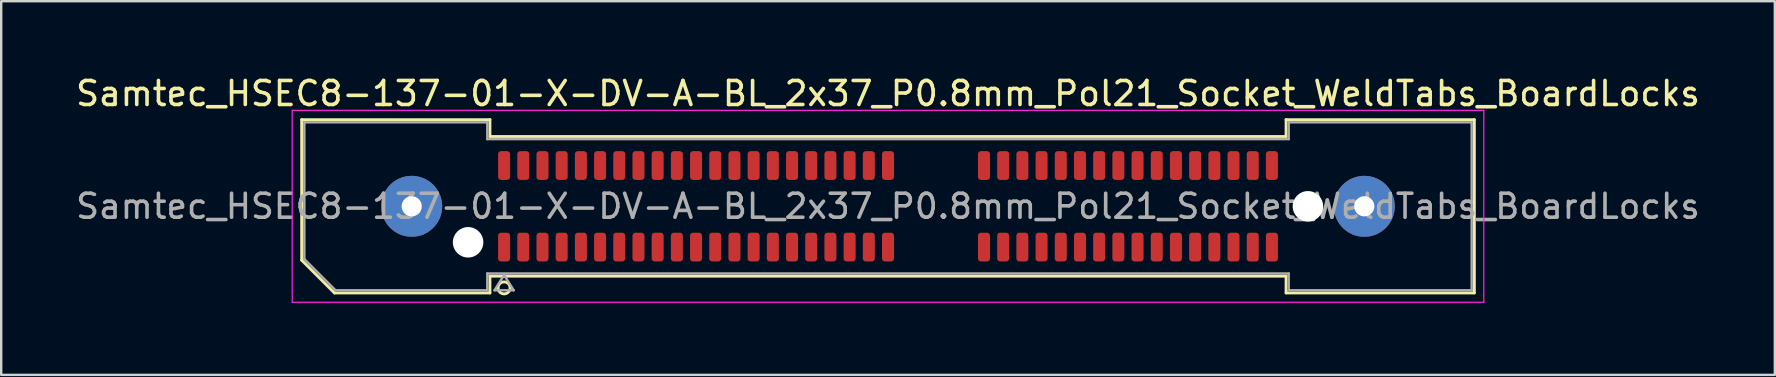
<source format=kicad_pcb>
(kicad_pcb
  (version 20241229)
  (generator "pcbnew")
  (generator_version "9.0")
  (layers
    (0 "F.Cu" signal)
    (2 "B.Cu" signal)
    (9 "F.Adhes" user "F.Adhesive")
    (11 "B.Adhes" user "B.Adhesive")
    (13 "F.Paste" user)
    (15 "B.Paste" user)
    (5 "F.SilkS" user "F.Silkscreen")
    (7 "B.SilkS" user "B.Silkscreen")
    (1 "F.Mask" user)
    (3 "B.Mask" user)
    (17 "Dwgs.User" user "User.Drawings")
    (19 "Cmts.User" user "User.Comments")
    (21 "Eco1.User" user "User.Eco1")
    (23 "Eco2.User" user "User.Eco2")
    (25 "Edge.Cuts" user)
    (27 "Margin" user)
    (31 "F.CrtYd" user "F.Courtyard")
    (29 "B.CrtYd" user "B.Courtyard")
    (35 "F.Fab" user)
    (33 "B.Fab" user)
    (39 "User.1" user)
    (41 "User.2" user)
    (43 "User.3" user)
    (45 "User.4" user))
  (footprint "Samtec_HSEC8-137-01-X-DV-A-BL_2x37_P0.8mm_Pol21_Socket_WeldTabs_BoardLocks"
    (layer "F.Cu")
    (at 33.958 5.548)
    (property "Reference" "Samtec_HSEC8-137-01-X-DV-A-BL_2x37_P0.8mm_Pol21_Socket_WeldTabs_BoardLocks" (at 0 -4.7 0) (layer "F.SilkS") (effects (font (size 1 1) (thickness 0.15))))
    (attr smd)
    (fp_line (start -24.435 -3.61) (end -16.59 -3.61) (stroke (width 0.12) (type solid)) (layer "F.SilkS"))
    (fp_line (start -24.435 2.246) (end -24.435 -3.61) (stroke (width 0.12) (type solid)) (layer "F.SilkS"))
    (fp_line (start -23.071 3.61) (end -24.435 2.246) (stroke (width 0.12) (type solid)) (layer "F.SilkS"))
    (fp_line (start -16.59 -3.61) (end -16.59 -2.91) (stroke (width 0.12) (type solid)) (layer "F.SilkS"))
    (fp_line (start -16.59 -2.91) (end 16.59 -2.91) (stroke (width 0.12) (type solid)) (layer "F.SilkS"))
    (fp_line (start -16.59 2.91) (end -16.59 3.61) (stroke (width 0.12) (type solid)) (layer "F.SilkS"))
    (fp_line (start -16.59 3.61) (end -23.071 3.61) (stroke (width 0.12) (type solid)) (layer "F.SilkS"))
    (fp_line (start 16.59 -3.61) (end 24.435 -3.61) (stroke (width 0.12) (type solid)) (layer "F.SilkS"))
    (fp_line (start 16.59 -2.91) (end 16.59 -3.61) (stroke (width 0.12) (type solid)) (layer "F.SilkS"))
    (fp_line (start 16.59 2.91) (end -16.59 2.91) (stroke (width 0.12) (type solid)) (layer "F.SilkS"))
    (fp_line (start 16.59 3.61) (end 16.59 2.91) (stroke (width 0.12) (type solid)) (layer "F.SilkS"))
    (fp_line (start 24.435 -3.61) (end 24.435 3.61) (stroke (width 0.12) (type solid)) (layer "F.SilkS"))
    (fp_line (start 24.435 3.61) (end 16.59 3.61) (stroke (width 0.12) (type solid)) (layer "F.SilkS"))
    (fp_circle (center -16 3.4) (end -15.75 3.4) (stroke (width 0.12) (type solid)) (fill no) (layer "F.SilkS"))
    (fp_line (start -24.83 -4) (end -24.83 4) (stroke (width 0.05) (type solid)) (layer "F.CrtYd"))
    (fp_line (start -24.83 4) (end 24.83 4) (stroke (width 0.05) (type solid)) (layer "F.CrtYd"))
    (fp_line (start 24.83 -4) (end -24.83 -4) (stroke (width 0.05) (type solid)) (layer "F.CrtYd"))
    (fp_line (start 24.83 4) (end 24.83 -4) (stroke (width 0.05) (type solid)) (layer "F.CrtYd"))
    (fp_line (start -24.325 -3.5) (end -16.7 -3.5) (stroke (width 0.1) (type solid)) (layer "F.Fab"))
    (fp_line (start -24.325 2.2) (end -24.325 -3.5) (stroke (width 0.1) (type solid)) (layer "F.Fab"))
    (fp_line (start -23.025 3.5) (end -24.325 2.2) (stroke (width 0.1) (type solid)) (layer "F.Fab"))
    (fp_line (start -16.7 -3.5) (end -16.7 -2.8) (stroke (width 0.1) (type solid)) (layer "F.Fab"))
    (fp_line (start -16.7 -2.8) (end 16.7 -2.8) (stroke (width 0.1) (type solid)) (layer "F.Fab"))
    (fp_line (start -16.7 2.8) (end -16.7 3.5) (stroke (width 0.1) (type solid)) (layer "F.Fab"))
    (fp_line (start -16.7 3.5) (end -23.025 3.5) (stroke (width 0.1) (type solid)) (layer "F.Fab"))
    (fp_line (start -16.4 3.5) (end -16 2.86) (stroke (width 0.1) (type solid)) (layer "F.Fab"))
    (fp_line (start -16 2.86) (end -15.6 3.5) (stroke (width 0.1) (type solid)) (layer "F.Fab"))
    (fp_line (start -15.6 3.5) (end -16.4 3.5) (stroke (width 0.1) (type solid)) (layer "F.Fab"))
    (fp_line (start 16.7 -3.5) (end 24.325 -3.5) (stroke (width 0.1) (type solid)) (layer "F.Fab"))
    (fp_line (start 16.7 -2.8) (end 16.7 -3.5) (stroke (width 0.1) (type solid)) (layer "F.Fab"))
    (fp_line (start 16.7 2.8) (end -16.7 2.8) (stroke (width 0.1) (type solid)) (layer "F.Fab"))
    (fp_line (start 16.7 3.5) (end 16.7 2.8) (stroke (width 0.1) (type solid)) (layer "F.Fab"))
    (fp_line (start 24.325 -3.5) (end 24.325 3.5) (stroke (width 0.1) (type solid)) (layer "F.Fab"))
    (fp_line (start 24.325 3.5) (end 16.7 3.5) (stroke (width 0.1) (type solid)) (layer "F.Fab"))
    (fp_text user "${REFERENCE}" (at 0 0 0) (layer "F.Fab") (effects (font (size 1 1) (thickness 0.15))))
    (pad "" thru_hole circle (at -19.85 0) (size 2.54 2.54) (drill 0.84) (layers "*.Cu" "*.Mask" "F.Paste"))
    (pad "" np_thru_hole circle (at -17.5 1.5) (size 1.27 1.27) (drill 1.27) (layers "*.Cu" "*.Mask"))
    (pad "" np_thru_hole circle (at 17.5 0) (size 1.27 1.27) (drill 1.27) (layers "*.Cu" "*.Mask"))
    (pad "" thru_hole circle (at 19.85 0) (size 2.54 2.54) (drill 0.84) (layers "*.Cu" "*.Mask" "F.Paste"))
    (pad "1" smd roundrect (at -16 1.7) (size 0.5 1.2) (layers "F.Cu" "F.Mask" "F.Paste") (roundrect_rratio 0.25))
    (pad "2" smd roundrect (at -16 -1.7) (size 0.5 1.2) (layers "F.Cu" "F.Mask" "F.Paste") (roundrect_rratio 0.25))
    (pad "3" smd roundrect (at -15.2 1.7) (size 0.5 1.2) (layers "F.Cu" "F.Mask" "F.Paste") (roundrect_rratio 0.25))
    (pad "4" smd roundrect (at -15.2 -1.7) (size 0.5 1.2) (layers "F.Cu" "F.Mask" "F.Paste") (roundrect_rratio 0.25))
    (pad "5" smd roundrect (at -14.4 1.7) (size 0.5 1.2) (layers "F.Cu" "F.Mask" "F.Paste") (roundrect_rratio 0.25))
    (pad "6" smd roundrect (at -14.4 -1.7) (size 0.5 1.2) (layers "F.Cu" "F.Mask" "F.Paste") (roundrect_rratio 0.25))
    (pad "7" smd roundrect (at -13.6 1.7) (size 0.5 1.2) (layers "F.Cu" "F.Mask" "F.Paste") (roundrect_rratio 0.25))
    (pad "8" smd roundrect (at -13.6 -1.7) (size 0.5 1.2) (layers "F.Cu" "F.Mask" "F.Paste") (roundrect_rratio 0.25))
    (pad "9" smd roundrect (at -12.8 1.7) (size 0.5 1.2) (layers "F.Cu" "F.Mask" "F.Paste") (roundrect_rratio 0.25))
    (pad "10" smd roundrect (at -12.8 -1.7) (size 0.5 1.2) (layers "F.Cu" "F.Mask" "F.Paste") (roundrect_rratio 0.25))
    (pad "11" smd roundrect (at -12 1.7) (size 0.5 1.2) (layers "F.Cu" "F.Mask" "F.Paste") (roundrect_rratio 0.25))
    (pad "12" smd roundrect (at -12 -1.7) (size 0.5 1.2) (layers "F.Cu" "F.Mask" "F.Paste") (roundrect_rratio 0.25))
    (pad "13" smd roundrect (at -11.2 1.7) (size 0.5 1.2) (layers "F.Cu" "F.Mask" "F.Paste") (roundrect_rratio 0.25))
    (pad "14" smd roundrect (at -11.2 -1.7) (size 0.5 1.2) (layers "F.Cu" "F.Mask" "F.Paste") (roundrect_rratio 0.25))
    (pad "15" smd roundrect (at -10.4 1.7) (size 0.5 1.2) (layers "F.Cu" "F.Mask" "F.Paste") (roundrect_rratio 0.25))
    (pad "16" smd roundrect (at -10.4 -1.7) (size 0.5 1.2) (layers "F.Cu" "F.Mask" "F.Paste") (roundrect_rratio 0.25))
    (pad "17" smd roundrect (at -9.6 1.7) (size 0.5 1.2) (layers "F.Cu" "F.Mask" "F.Paste") (roundrect_rratio 0.25))
    (pad "18" smd roundrect (at -9.6 -1.7) (size 0.5 1.2) (layers "F.Cu" "F.Mask" "F.Paste") (roundrect_rratio 0.25))
    (pad "19" smd roundrect (at -8.8 1.7) (size 0.5 1.2) (layers "F.Cu" "F.Mask" "F.Paste") (roundrect_rratio 0.25))
    (pad "20" smd roundrect (at -8.8 -1.7) (size 0.5 1.2) (layers "F.Cu" "F.Mask" "F.Paste") (roundrect_rratio 0.25))
    (pad "21" smd roundrect (at -8 1.7) (size 0.5 1.2) (layers "F.Cu" "F.Mask" "F.Paste") (roundrect_rratio 0.25))
    (pad "22" smd roundrect (at -8 -1.7) (size 0.5 1.2) (layers "F.Cu" "F.Mask" "F.Paste") (roundrect_rratio 0.25))
    (pad "23" smd roundrect (at -7.2 1.7) (size 0.5 1.2) (layers "F.Cu" "F.Mask" "F.Paste") (roundrect_rratio 0.25))
    (pad "24" smd roundrect (at -7.2 -1.7) (size 0.5 1.2) (layers "F.Cu" "F.Mask" "F.Paste") (roundrect_rratio 0.25))
    (pad "25" smd roundrect (at -6.4 1.7) (size 0.5 1.2) (layers "F.Cu" "F.Mask" "F.Paste") (roundrect_rratio 0.25))
    (pad "26" smd roundrect (at -6.4 -1.7) (size 0.5 1.2) (layers "F.Cu" "F.Mask" "F.Paste") (roundrect_rratio 0.25))
    (pad "27" smd roundrect (at -5.6 1.7) (size 0.5 1.2) (layers "F.Cu" "F.Mask" "F.Paste") (roundrect_rratio 0.25))
    (pad "28" smd roundrect (at -5.6 -1.7) (size 0.5 1.2) (layers "F.Cu" "F.Mask" "F.Paste") (roundrect_rratio 0.25))
    (pad "29" smd roundrect (at -4.8 1.7) (size 0.5 1.2) (layers "F.Cu" "F.Mask" "F.Paste") (roundrect_rratio 0.25))
    (pad "30" smd roundrect (at -4.8 -1.7) (size 0.5 1.2) (layers "F.Cu" "F.Mask" "F.Paste") (roundrect_rratio 0.25))
    (pad "31" smd roundrect (at -4 1.7) (size 0.5 1.2) (layers "F.Cu" "F.Mask" "F.Paste") (roundrect_rratio 0.25))
    (pad "32" smd roundrect (at -4 -1.7) (size 0.5 1.2) (layers "F.Cu" "F.Mask" "F.Paste") (roundrect_rratio 0.25))
    (pad "33" smd roundrect (at -3.2 1.7) (size 0.5 1.2) (layers "F.Cu" "F.Mask" "F.Paste") (roundrect_rratio 0.25))
    (pad "34" smd roundrect (at -3.2 -1.7) (size 0.5 1.2) (layers "F.Cu" "F.Mask" "F.Paste") (roundrect_rratio 0.25))
    (pad "35" smd roundrect (at -2.4 1.7) (size 0.5 1.2) (layers "F.Cu" "F.Mask" "F.Paste") (roundrect_rratio 0.25))
    (pad "36" smd roundrect (at -2.4 -1.7) (size 0.5 1.2) (layers "F.Cu" "F.Mask" "F.Paste") (roundrect_rratio 0.25))
    (pad "37" smd roundrect (at -1.6 1.7) (size 0.5 1.2) (layers "F.Cu" "F.Mask" "F.Paste") (roundrect_rratio 0.25))
    (pad "38" smd roundrect (at -1.6 -1.7) (size 0.5 1.2) (layers "F.Cu" "F.Mask" "F.Paste") (roundrect_rratio 0.25))
    (pad "39" smd roundrect (at -0.8 1.7) (size 0.5 1.2) (layers "F.Cu" "F.Mask" "F.Paste") (roundrect_rratio 0.25))
    (pad "40" smd roundrect (at -0.8 -1.7) (size 0.5 1.2) (layers "F.Cu" "F.Mask" "F.Paste") (roundrect_rratio 0.25))
    (pad "41" smd roundrect (at 0 1.7) (size 0.5 1.2) (layers "F.Cu" "F.Mask" "F.Paste") (roundrect_rratio 0.25))
    (pad "42" smd roundrect (at 0 -1.7) (size 0.5 1.2) (layers "F.Cu" "F.Mask" "F.Paste") (roundrect_rratio 0.25))
    (pad "43" smd roundrect (at 4 1.7) (size 0.5 1.2) (layers "F.Cu" "F.Mask" "F.Paste") (roundrect_rratio 0.25))
    (pad "44" smd roundrect (at 4 -1.7) (size 0.5 1.2) (layers "F.Cu" "F.Mask" "F.Paste") (roundrect_rratio 0.25))
    (pad "45" smd roundrect (at 4.8 1.7) (size 0.5 1.2) (layers "F.Cu" "F.Mask" "F.Paste") (roundrect_rratio 0.25))
    (pad "46" smd roundrect (at 4.8 -1.7) (size 0.5 1.2) (layers "F.Cu" "F.Mask" "F.Paste") (roundrect_rratio 0.25))
    (pad "47" smd roundrect (at 5.6 1.7) (size 0.5 1.2) (layers "F.Cu" "F.Mask" "F.Paste") (roundrect_rratio 0.25))
    (pad "48" smd roundrect (at 5.6 -1.7) (size 0.5 1.2) (layers "F.Cu" "F.Mask" "F.Paste") (roundrect_rratio 0.25))
    (pad "49" smd roundrect (at 6.4 1.7) (size 0.5 1.2) (layers "F.Cu" "F.Mask" "F.Paste") (roundrect_rratio 0.25))
    (pad "50" smd roundrect (at 6.4 -1.7) (size 0.5 1.2) (layers "F.Cu" "F.Mask" "F.Paste") (roundrect_rratio 0.25))
    (pad "51" smd roundrect (at 7.2 1.7) (size 0.5 1.2) (layers "F.Cu" "F.Mask" "F.Paste") (roundrect_rratio 0.25))
    (pad "52" smd roundrect (at 7.2 -1.7) (size 0.5 1.2) (layers "F.Cu" "F.Mask" "F.Paste") (roundrect_rratio 0.25))
    (pad "53" smd roundrect (at 8 1.7) (size 0.5 1.2) (layers "F.Cu" "F.Mask" "F.Paste") (roundrect_rratio 0.25))
    (pad "54" smd roundrect (at 8 -1.7) (size 0.5 1.2) (layers "F.Cu" "F.Mask" "F.Paste") (roundrect_rratio 0.25))
    (pad "55" smd roundrect (at 8.8 1.7) (size 0.5 1.2) (layers "F.Cu" "F.Mask" "F.Paste") (roundrect_rratio 0.25))
    (pad "56" smd roundrect (at 8.8 -1.7) (size 0.5 1.2) (layers "F.Cu" "F.Mask" "F.Paste") (roundrect_rratio 0.25))
    (pad "57" smd roundrect (at 9.6 1.7) (size 0.5 1.2) (layers "F.Cu" "F.Mask" "F.Paste") (roundrect_rratio 0.25))
    (pad "58" smd roundrect (at 9.6 -1.7) (size 0.5 1.2) (layers "F.Cu" "F.Mask" "F.Paste") (roundrect_rratio 0.25))
    (pad "59" smd roundrect (at 10.4 1.7) (size 0.5 1.2) (layers "F.Cu" "F.Mask" "F.Paste") (roundrect_rratio 0.25))
    (pad "60" smd roundrect (at 10.4 -1.7) (size 0.5 1.2) (layers "F.Cu" "F.Mask" "F.Paste") (roundrect_rratio 0.25))
    (pad "61" smd roundrect (at 11.2 1.7) (size 0.5 1.2) (layers "F.Cu" "F.Mask" "F.Paste") (roundrect_rratio 0.25))
    (pad "62" smd roundrect (at 11.2 -1.7) (size 0.5 1.2) (layers "F.Cu" "F.Mask" "F.Paste") (roundrect_rratio 0.25))
    (pad "63" smd roundrect (at 12 1.7) (size 0.5 1.2) (layers "F.Cu" "F.Mask" "F.Paste") (roundrect_rratio 0.25))
    (pad "64" smd roundrect (at 12 -1.7) (size 0.5 1.2) (layers "F.Cu" "F.Mask" "F.Paste") (roundrect_rratio 0.25))
    (pad "65" smd roundrect (at 12.8 1.7) (size 0.5 1.2) (layers "F.Cu" "F.Mask" "F.Paste") (roundrect_rratio 0.25))
    (pad "66" smd roundrect (at 12.8 -1.7) (size 0.5 1.2) (layers "F.Cu" "F.Mask" "F.Paste") (roundrect_rratio 0.25))
    (pad "67" smd roundrect (at 13.6 1.7) (size 0.5 1.2) (layers "F.Cu" "F.Mask" "F.Paste") (roundrect_rratio 0.25))
    (pad "68" smd roundrect (at 13.6 -1.7) (size 0.5 1.2) (layers "F.Cu" "F.Mask" "F.Paste") (roundrect_rratio 0.25))
    (pad "69" smd roundrect (at 14.4 1.7) (size 0.5 1.2) (layers "F.Cu" "F.Mask" "F.Paste") (roundrect_rratio 0.25))
    (pad "70" smd roundrect (at 14.4 -1.7) (size 0.5 1.2) (layers "F.Cu" "F.Mask" "F.Paste") (roundrect_rratio 0.25))
    (pad "71" smd roundrect (at 15.2 1.7) (size 0.5 1.2) (layers "F.Cu" "F.Mask" "F.Paste") (roundrect_rratio 0.25))
    (pad "72" smd roundrect (at 15.2 -1.7) (size 0.5 1.2) (layers "F.Cu" "F.Mask" "F.Paste") (roundrect_rratio 0.25))
    (pad "73" smd roundrect (at 16 1.7) (size 0.5 1.2) (layers "F.Cu" "F.Mask" "F.Paste") (roundrect_rratio 0.25))
    (pad "74" smd roundrect (at 16 -1.7) (size 0.5 1.2) (layers "F.Cu" "F.Mask" "F.Paste") (roundrect_rratio 0.25)))
  (gr_rect
    (start -3 -3)
    (end 70.917 12.573)
    (stroke (width 0.1) (type default))
    (fill no)
    (layer "Edge.Cuts")))
</source>
